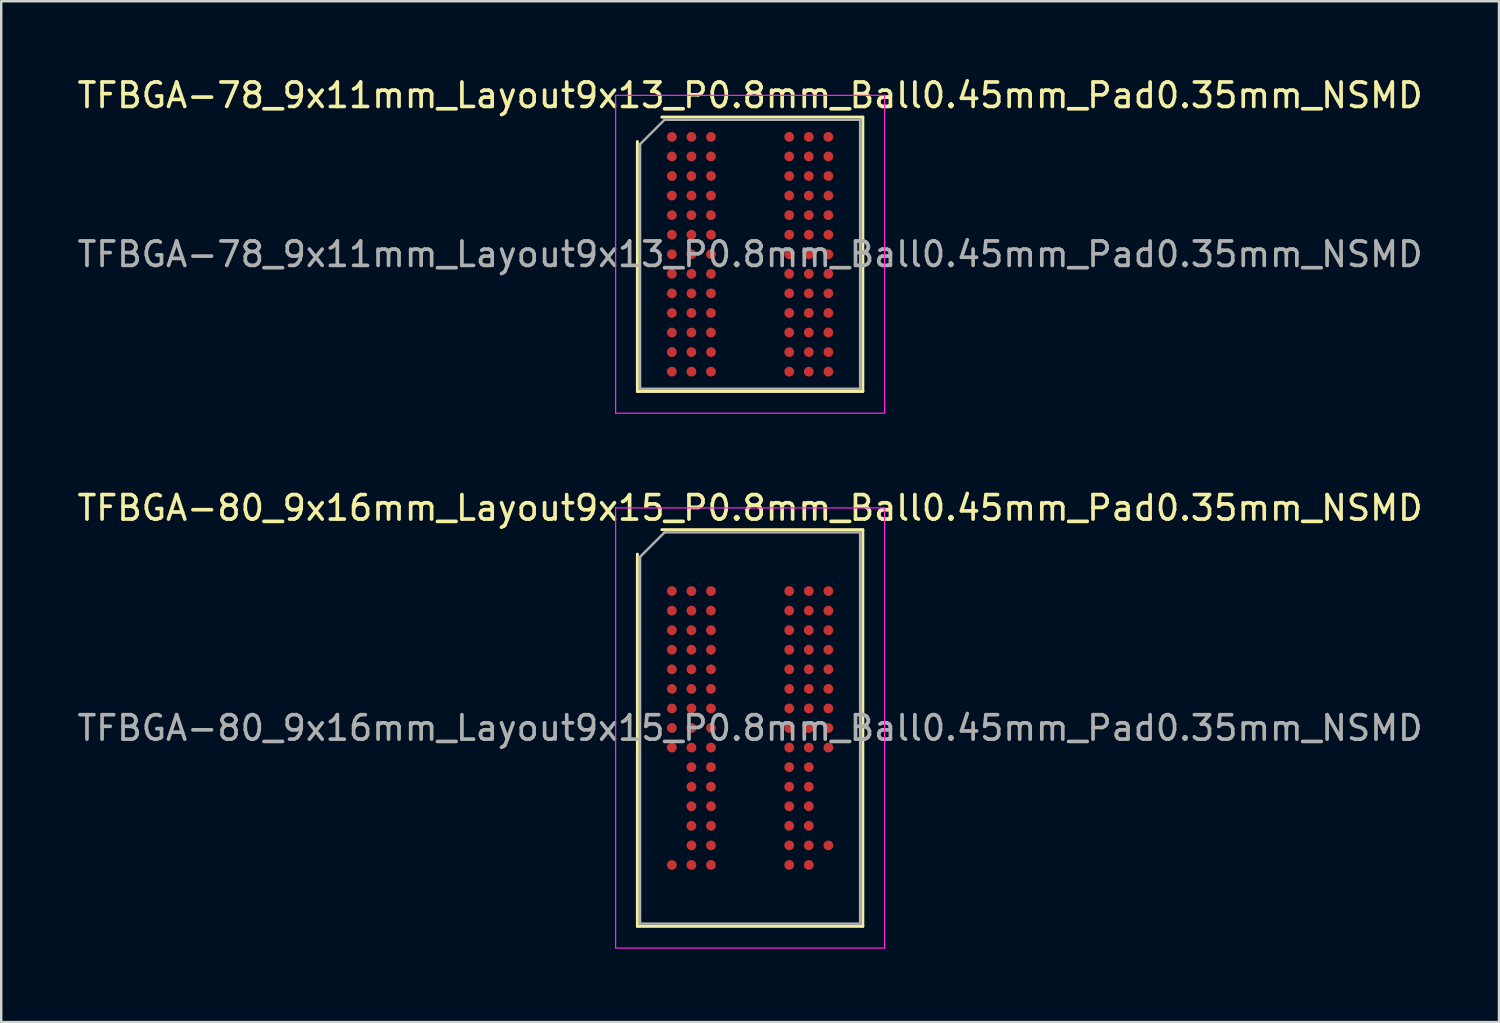
<source format=kicad_pcb>
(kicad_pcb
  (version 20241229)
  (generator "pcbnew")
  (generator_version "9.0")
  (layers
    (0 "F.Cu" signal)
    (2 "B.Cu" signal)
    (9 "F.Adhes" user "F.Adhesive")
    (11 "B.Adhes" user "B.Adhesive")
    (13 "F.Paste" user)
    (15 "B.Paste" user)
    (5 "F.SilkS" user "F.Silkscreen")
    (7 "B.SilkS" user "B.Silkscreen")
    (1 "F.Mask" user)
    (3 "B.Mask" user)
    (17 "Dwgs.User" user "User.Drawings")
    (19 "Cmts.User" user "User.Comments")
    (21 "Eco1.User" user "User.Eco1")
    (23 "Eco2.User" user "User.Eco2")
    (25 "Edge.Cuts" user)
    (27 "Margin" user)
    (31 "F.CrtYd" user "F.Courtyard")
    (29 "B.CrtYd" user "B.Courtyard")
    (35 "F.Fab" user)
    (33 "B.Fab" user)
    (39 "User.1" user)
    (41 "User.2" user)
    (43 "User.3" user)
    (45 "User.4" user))
  (footprint "TFBGA-78_9x11mm_Layout9x13_P0.8mm_Ball0.45mm_Pad0.35mm_NSMD"
    (layer "F.Cu")
    (at 27.625 7.348)
    (property "Reference" "TFBGA-78_9x11mm_Layout9x13_P0.8mm_Ball0.45mm_Pad0.35mm_NSMD" (at 0 -6.5 0) (layer "F.SilkS") (effects (font (size 1 1) (thickness 0.15))))
    (attr smd)
    (fp_line (start -4.61 5.61) (end -4.61 -4.61) (stroke (width 0.12) (type solid)) (layer "F.SilkS"))
    (fp_line (start -3.61 -5.61) (end 4.61 -5.61) (stroke (width 0.12) (type solid)) (layer "F.SilkS"))
    (fp_line (start 4.61 -5.61) (end 4.61 5.61) (stroke (width 0.12) (type solid)) (layer "F.SilkS"))
    (fp_line (start 4.61 5.61) (end -4.61 5.61) (stroke (width 0.12) (type solid)) (layer "F.SilkS"))
    (fp_line (start -5.5 -6.5) (end -5.5 6.5) (stroke (width 0.05) (type solid)) (layer "F.CrtYd"))
    (fp_line (start -5.5 6.5) (end 5.5 6.5) (stroke (width 0.05) (type solid)) (layer "F.CrtYd"))
    (fp_line (start 5.5 -6.5) (end -5.5 -6.5) (stroke (width 0.05) (type solid)) (layer "F.CrtYd"))
    (fp_line (start 5.5 6.5) (end 5.5 -6.5) (stroke (width 0.05) (type solid)) (layer "F.CrtYd"))
    (fp_line (start -4.5 -4.5) (end -3.5 -5.5) (stroke (width 0.1) (type solid)) (layer "F.Fab"))
    (fp_line (start -4.5 5.5) (end -4.5 -4.5) (stroke (width 0.1) (type solid)) (layer "F.Fab"))
    (fp_line (start -3.5 -5.5) (end 4.5 -5.5) (stroke (width 0.1) (type solid)) (layer "F.Fab"))
    (fp_line (start 4.5 -5.5) (end 4.5 5.5) (stroke (width 0.1) (type solid)) (layer "F.Fab"))
    (fp_line (start 4.5 5.5) (end -4.5 5.5) (stroke (width 0.1) (type solid)) (layer "F.Fab"))
    (fp_text user "${REFERENCE}" (at 0 0 0) (layer "F.Fab") (effects (font (size 1 1) (thickness 0.15))))
    (pad "A1" smd circle (at -3.2 -4.8) (size 0.4 0.4) (layers "F.Cu" "F.Mask" "F.Paste"))
    (pad "A2" smd circle (at -2.4 -4.8) (size 0.4 0.4) (layers "F.Cu" "F.Mask" "F.Paste"))
    (pad "A3" smd circle (at -1.6 -4.8) (size 0.4 0.4) (layers "F.Cu" "F.Mask" "F.Paste"))
    (pad "A7" smd circle (at 1.6 -4.8) (size 0.4 0.4) (layers "F.Cu" "F.Mask" "F.Paste"))
    (pad "A8" smd circle (at 2.4 -4.8) (size 0.4 0.4) (layers "F.Cu" "F.Mask" "F.Paste"))
    (pad "A9" smd circle (at 3.2 -4.8) (size 0.4 0.4) (layers "F.Cu" "F.Mask" "F.Paste"))
    (pad "B1" smd circle (at -3.2 -4) (size 0.4 0.4) (layers "F.Cu" "F.Mask" "F.Paste"))
    (pad "B2" smd circle (at -2.4 -4) (size 0.4 0.4) (layers "F.Cu" "F.Mask" "F.Paste"))
    (pad "B3" smd circle (at -1.6 -4) (size 0.4 0.4) (layers "F.Cu" "F.Mask" "F.Paste"))
    (pad "B7" smd circle (at 1.6 -4) (size 0.4 0.4) (layers "F.Cu" "F.Mask" "F.Paste"))
    (pad "B8" smd circle (at 2.4 -4) (size 0.4 0.4) (layers "F.Cu" "F.Mask" "F.Paste"))
    (pad "B9" smd circle (at 3.2 -4) (size 0.4 0.4) (layers "F.Cu" "F.Mask" "F.Paste"))
    (pad "C1" smd circle (at -3.2 -3.2) (size 0.4 0.4) (layers "F.Cu" "F.Mask" "F.Paste"))
    (pad "C2" smd circle (at -2.4 -3.2) (size 0.4 0.4) (layers "F.Cu" "F.Mask" "F.Paste"))
    (pad "C3" smd circle (at -1.6 -3.2) (size 0.4 0.4) (layers "F.Cu" "F.Mask" "F.Paste"))
    (pad "C7" smd circle (at 1.6 -3.2) (size 0.4 0.4) (layers "F.Cu" "F.Mask" "F.Paste"))
    (pad "C8" smd circle (at 2.4 -3.2) (size 0.4 0.4) (layers "F.Cu" "F.Mask" "F.Paste"))
    (pad "C9" smd circle (at 3.2 -3.2) (size 0.4 0.4) (layers "F.Cu" "F.Mask" "F.Paste"))
    (pad "D1" smd circle (at -3.2 -2.4) (size 0.4 0.4) (layers "F.Cu" "F.Mask" "F.Paste"))
    (pad "D2" smd circle (at -2.4 -2.4) (size 0.4 0.4) (layers "F.Cu" "F.Mask" "F.Paste"))
    (pad "D3" smd circle (at -1.6 -2.4) (size 0.4 0.4) (layers "F.Cu" "F.Mask" "F.Paste"))
    (pad "D7" smd circle (at 1.6 -2.4) (size 0.4 0.4) (layers "F.Cu" "F.Mask" "F.Paste"))
    (pad "D8" smd circle (at 2.4 -2.4) (size 0.4 0.4) (layers "F.Cu" "F.Mask" "F.Paste"))
    (pad "D9" smd circle (at 3.2 -2.4) (size 0.4 0.4) (layers "F.Cu" "F.Mask" "F.Paste"))
    (pad "E1" smd circle (at -3.2 -1.6) (size 0.4 0.4) (layers "F.Cu" "F.Mask" "F.Paste"))
    (pad "E2" smd circle (at -2.4 -1.6) (size 0.4 0.4) (layers "F.Cu" "F.Mask" "F.Paste"))
    (pad "E3" smd circle (at -1.6 -1.6) (size 0.4 0.4) (layers "F.Cu" "F.Mask" "F.Paste"))
    (pad "E7" smd circle (at 1.6 -1.6) (size 0.4 0.4) (layers "F.Cu" "F.Mask" "F.Paste"))
    (pad "E8" smd circle (at 2.4 -1.6) (size 0.4 0.4) (layers "F.Cu" "F.Mask" "F.Paste"))
    (pad "E9" smd circle (at 3.2 -1.6) (size 0.4 0.4) (layers "F.Cu" "F.Mask" "F.Paste"))
    (pad "F1" smd circle (at -3.2 -0.8) (size 0.4 0.4) (layers "F.Cu" "F.Mask" "F.Paste"))
    (pad "F2" smd circle (at -2.4 -0.8) (size 0.4 0.4) (layers "F.Cu" "F.Mask" "F.Paste"))
    (pad "F3" smd circle (at -1.6 -0.8) (size 0.4 0.4) (layers "F.Cu" "F.Mask" "F.Paste"))
    (pad "F7" smd circle (at 1.6 -0.8) (size 0.4 0.4) (layers "F.Cu" "F.Mask" "F.Paste"))
    (pad "F8" smd circle (at 2.4 -0.8) (size 0.4 0.4) (layers "F.Cu" "F.Mask" "F.Paste"))
    (pad "F9" smd circle (at 3.2 -0.8) (size 0.4 0.4) (layers "F.Cu" "F.Mask" "F.Paste"))
    (pad "G1" smd circle (at -3.2 0) (size 0.4 0.4) (layers "F.Cu" "F.Mask" "F.Paste"))
    (pad "G2" smd circle (at -2.4 0) (size 0.4 0.4) (layers "F.Cu" "F.Mask" "F.Paste"))
    (pad "G3" smd circle (at -1.6 0) (size 0.4 0.4) (layers "F.Cu" "F.Mask" "F.Paste"))
    (pad "G7" smd circle (at 1.6 0) (size 0.4 0.4) (layers "F.Cu" "F.Mask" "F.Paste"))
    (pad "G8" smd circle (at 2.4 0) (size 0.4 0.4) (layers "F.Cu" "F.Mask" "F.Paste"))
    (pad "G9" smd circle (at 3.2 0) (size 0.4 0.4) (layers "F.Cu" "F.Mask" "F.Paste"))
    (pad "H1" smd circle (at -3.2 0.8) (size 0.4 0.4) (layers "F.Cu" "F.Mask" "F.Paste"))
    (pad "H2" smd circle (at -2.4 0.8) (size 0.4 0.4) (layers "F.Cu" "F.Mask" "F.Paste"))
    (pad "H3" smd circle (at -1.6 0.8) (size 0.4 0.4) (layers "F.Cu" "F.Mask" "F.Paste"))
    (pad "H7" smd circle (at 1.6 0.8) (size 0.4 0.4) (layers "F.Cu" "F.Mask" "F.Paste"))
    (pad "H8" smd circle (at 2.4 0.8) (size 0.4 0.4) (layers "F.Cu" "F.Mask" "F.Paste"))
    (pad "H9" smd circle (at 3.2 0.8) (size 0.4 0.4) (layers "F.Cu" "F.Mask" "F.Paste"))
    (pad "J1" smd circle (at -3.2 1.6) (size 0.4 0.4) (layers "F.Cu" "F.Mask" "F.Paste"))
    (pad "J2" smd circle (at -2.4 1.6) (size 0.4 0.4) (layers "F.Cu" "F.Mask" "F.Paste"))
    (pad "J3" smd circle (at -1.6 1.6) (size 0.4 0.4) (layers "F.Cu" "F.Mask" "F.Paste"))
    (pad "J7" smd circle (at 1.6 1.6) (size 0.4 0.4) (layers "F.Cu" "F.Mask" "F.Paste"))
    (pad "J8" smd circle (at 2.4 1.6) (size 0.4 0.4) (layers "F.Cu" "F.Mask" "F.Paste"))
    (pad "J9" smd circle (at 3.2 1.6) (size 0.4 0.4) (layers "F.Cu" "F.Mask" "F.Paste"))
    (pad "K1" smd circle (at -3.2 2.4) (size 0.4 0.4) (layers "F.Cu" "F.Mask" "F.Paste"))
    (pad "K2" smd circle (at -2.4 2.4) (size 0.4 0.4) (layers "F.Cu" "F.Mask" "F.Paste"))
    (pad "K3" smd circle (at -1.6 2.4) (size 0.4 0.4) (layers "F.Cu" "F.Mask" "F.Paste"))
    (pad "K7" smd circle (at 1.6 2.4) (size 0.4 0.4) (layers "F.Cu" "F.Mask" "F.Paste"))
    (pad "K8" smd circle (at 2.4 2.4) (size 0.4 0.4) (layers "F.Cu" "F.Mask" "F.Paste"))
    (pad "K9" smd circle (at 3.2 2.4) (size 0.4 0.4) (layers "F.Cu" "F.Mask" "F.Paste"))
    (pad "L1" smd circle (at -3.2 3.2) (size 0.4 0.4) (layers "F.Cu" "F.Mask" "F.Paste"))
    (pad "L2" smd circle (at -2.4 3.2) (size 0.4 0.4) (layers "F.Cu" "F.Mask" "F.Paste"))
    (pad "L3" smd circle (at -1.6 3.2) (size 0.4 0.4) (layers "F.Cu" "F.Mask" "F.Paste"))
    (pad "L7" smd circle (at 1.6 3.2) (size 0.4 0.4) (layers "F.Cu" "F.Mask" "F.Paste"))
    (pad "L8" smd circle (at 2.4 3.2) (size 0.4 0.4) (layers "F.Cu" "F.Mask" "F.Paste"))
    (pad "L9" smd circle (at 3.2 3.2) (size 0.4 0.4) (layers "F.Cu" "F.Mask" "F.Paste"))
    (pad "M1" smd circle (at -3.2 4) (size 0.4 0.4) (layers "F.Cu" "F.Mask" "F.Paste"))
    (pad "M2" smd circle (at -2.4 4) (size 0.4 0.4) (layers "F.Cu" "F.Mask" "F.Paste"))
    (pad "M3" smd circle (at -1.6 4) (size 0.4 0.4) (layers "F.Cu" "F.Mask" "F.Paste"))
    (pad "M7" smd circle (at 1.6 4) (size 0.4 0.4) (layers "F.Cu" "F.Mask" "F.Paste"))
    (pad "M8" smd circle (at 2.4 4) (size 0.4 0.4) (layers "F.Cu" "F.Mask" "F.Paste"))
    (pad "M9" smd circle (at 3.2 4) (size 0.4 0.4) (layers "F.Cu" "F.Mask" "F.Paste"))
    (pad "N1" smd circle (at -3.2 4.8) (size 0.4 0.4) (layers "F.Cu" "F.Mask" "F.Paste"))
    (pad "N2" smd circle (at -2.4 4.8) (size 0.4 0.4) (layers "F.Cu" "F.Mask" "F.Paste"))
    (pad "N3" smd circle (at -1.6 4.8) (size 0.4 0.4) (layers "F.Cu" "F.Mask" "F.Paste"))
    (pad "N7" smd circle (at 1.6 4.8) (size 0.4 0.4) (layers "F.Cu" "F.Mask" "F.Paste"))
    (pad "N8" smd circle (at 2.4 4.8) (size 0.4 0.4) (layers "F.Cu" "F.Mask" "F.Paste"))
    (pad "N9" smd circle (at 3.2 4.8) (size 0.4 0.4) (layers "F.Cu" "F.Mask" "F.Paste")))
  (footprint "TFBGA-80_9x16mm_Layout9x15_P0.8mm_Ball0.45mm_Pad0.35mm_NSMD"
    (layer "F.Cu")
    (at 27.625 26.721)
    (property "Reference" "TFBGA-80_9x16mm_Layout9x15_P0.8mm_Ball0.45mm_Pad0.35mm_NSMD" (at 0 -9 0) (layer "F.SilkS") (effects (font (size 1 1) (thickness 0.15))))
    (attr smd)
    (fp_line (start -4.61 8.11) (end -4.61 -7.11) (stroke (width 0.12) (type solid)) (layer "F.SilkS"))
    (fp_line (start -3.61 -8.11) (end 4.61 -8.11) (stroke (width 0.12) (type solid)) (layer "F.SilkS"))
    (fp_line (start 4.61 -8.11) (end 4.61 8.11) (stroke (width 0.12) (type solid)) (layer "F.SilkS"))
    (fp_line (start 4.61 8.11) (end -4.61 8.11) (stroke (width 0.12) (type solid)) (layer "F.SilkS"))
    (fp_line (start -5.5 -9) (end -5.5 9) (stroke (width 0.05) (type solid)) (layer "F.CrtYd"))
    (fp_line (start -5.5 9) (end 5.5 9) (stroke (width 0.05) (type solid)) (layer "F.CrtYd"))
    (fp_line (start 5.5 -9) (end -5.5 -9) (stroke (width 0.05) (type solid)) (layer "F.CrtYd"))
    (fp_line (start 5.5 9) (end 5.5 -9) (stroke (width 0.05) (type solid)) (layer "F.CrtYd"))
    (fp_line (start -4.5 -7) (end -3.5 -8) (stroke (width 0.1) (type solid)) (layer "F.Fab"))
    (fp_line (start -4.5 8) (end -4.5 -7) (stroke (width 0.1) (type solid)) (layer "F.Fab"))
    (fp_line (start -3.5 -8) (end 4.5 -8) (stroke (width 0.1) (type solid)) (layer "F.Fab"))
    (fp_line (start 4.5 -8) (end 4.5 8) (stroke (width 0.1) (type solid)) (layer "F.Fab"))
    (fp_line (start 4.5 8) (end -4.5 8) (stroke (width 0.1) (type solid)) (layer "F.Fab"))
    (fp_text user "${REFERENCE}" (at 0 0 0) (layer "F.Fab") (effects (font (size 1 1) (thickness 0.15))))
    (pad "A1" smd circle (at -3.2 -5.6) (size 0.4 0.4) (layers "F.Cu" "F.Mask" "F.Paste"))
    (pad "A2" smd circle (at -2.4 -5.6) (size 0.4 0.4) (layers "F.Cu" "F.Mask" "F.Paste"))
    (pad "A3" smd circle (at -1.6 -5.6) (size 0.4 0.4) (layers "F.Cu" "F.Mask" "F.Paste"))
    (pad "A7" smd circle (at 1.6 -5.6) (size 0.4 0.4) (layers "F.Cu" "F.Mask" "F.Paste"))
    (pad "A8" smd circle (at 2.4 -5.6) (size 0.4 0.4) (layers "F.Cu" "F.Mask" "F.Paste"))
    (pad "A9" smd circle (at 3.2 -5.6) (size 0.4 0.4) (layers "F.Cu" "F.Mask" "F.Paste"))
    (pad "B1" smd circle (at -3.2 -4.8) (size 0.4 0.4) (layers "F.Cu" "F.Mask" "F.Paste"))
    (pad "B2" smd circle (at -2.4 -4.8) (size 0.4 0.4) (layers "F.Cu" "F.Mask" "F.Paste"))
    (pad "B3" smd circle (at -1.6 -4.8) (size 0.4 0.4) (layers "F.Cu" "F.Mask" "F.Paste"))
    (pad "B7" smd circle (at 1.6 -4.8) (size 0.4 0.4) (layers "F.Cu" "F.Mask" "F.Paste"))
    (pad "B8" smd circle (at 2.4 -4.8) (size 0.4 0.4) (layers "F.Cu" "F.Mask" "F.Paste"))
    (pad "B9" smd circle (at 3.2 -4.8) (size 0.4 0.4) (layers "F.Cu" "F.Mask" "F.Paste"))
    (pad "C1" smd circle (at -3.2 -4) (size 0.4 0.4) (layers "F.Cu" "F.Mask" "F.Paste"))
    (pad "C2" smd circle (at -2.4 -4) (size 0.4 0.4) (layers "F.Cu" "F.Mask" "F.Paste"))
    (pad "C3" smd circle (at -1.6 -4) (size 0.4 0.4) (layers "F.Cu" "F.Mask" "F.Paste"))
    (pad "C7" smd circle (at 1.6 -4) (size 0.4 0.4) (layers "F.Cu" "F.Mask" "F.Paste"))
    (pad "C8" smd circle (at 2.4 -4) (size 0.4 0.4) (layers "F.Cu" "F.Mask" "F.Paste"))
    (pad "C9" smd circle (at 3.2 -4) (size 0.4 0.4) (layers "F.Cu" "F.Mask" "F.Paste"))
    (pad "D1" smd circle (at -3.2 -3.2) (size 0.4 0.4) (layers "F.Cu" "F.Mask" "F.Paste"))
    (pad "D2" smd circle (at -2.4 -3.2) (size 0.4 0.4) (layers "F.Cu" "F.Mask" "F.Paste"))
    (pad "D3" smd circle (at -1.6 -3.2) (size 0.4 0.4) (layers "F.Cu" "F.Mask" "F.Paste"))
    (pad "D7" smd circle (at 1.6 -3.2) (size 0.4 0.4) (layers "F.Cu" "F.Mask" "F.Paste"))
    (pad "D8" smd circle (at 2.4 -3.2) (size 0.4 0.4) (layers "F.Cu" "F.Mask" "F.Paste"))
    (pad "D9" smd circle (at 3.2 -3.2) (size 0.4 0.4) (layers "F.Cu" "F.Mask" "F.Paste"))
    (pad "E1" smd circle (at -3.2 -2.4) (size 0.4 0.4) (layers "F.Cu" "F.Mask" "F.Paste"))
    (pad "E2" smd circle (at -2.4 -2.4) (size 0.4 0.4) (layers "F.Cu" "F.Mask" "F.Paste"))
    (pad "E3" smd circle (at -1.6 -2.4) (size 0.4 0.4) (layers "F.Cu" "F.Mask" "F.Paste"))
    (pad "E7" smd circle (at 1.6 -2.4) (size 0.4 0.4) (layers "F.Cu" "F.Mask" "F.Paste"))
    (pad "E8" smd circle (at 2.4 -2.4) (size 0.4 0.4) (layers "F.Cu" "F.Mask" "F.Paste"))
    (pad "E9" smd circle (at 3.2 -2.4) (size 0.4 0.4) (layers "F.Cu" "F.Mask" "F.Paste"))
    (pad "F1" smd circle (at -3.2 -1.6) (size 0.4 0.4) (layers "F.Cu" "F.Mask" "F.Paste"))
    (pad "F2" smd circle (at -2.4 -1.6) (size 0.4 0.4) (layers "F.Cu" "F.Mask" "F.Paste"))
    (pad "F3" smd circle (at -1.6 -1.6) (size 0.4 0.4) (layers "F.Cu" "F.Mask" "F.Paste"))
    (pad "F7" smd circle (at 1.6 -1.6) (size 0.4 0.4) (layers "F.Cu" "F.Mask" "F.Paste"))
    (pad "F8" smd circle (at 2.4 -1.6) (size 0.4 0.4) (layers "F.Cu" "F.Mask" "F.Paste"))
    (pad "F9" smd circle (at 3.2 -1.6) (size 0.4 0.4) (layers "F.Cu" "F.Mask" "F.Paste"))
    (pad "G1" smd circle (at -3.2 -0.8) (size 0.4 0.4) (layers "F.Cu" "F.Mask" "F.Paste"))
    (pad "G2" smd circle (at -2.4 -0.8) (size 0.4 0.4) (layers "F.Cu" "F.Mask" "F.Paste"))
    (pad "G3" smd circle (at -1.6 -0.8) (size 0.4 0.4) (layers "F.Cu" "F.Mask" "F.Paste"))
    (pad "G7" smd circle (at 1.6 -0.8) (size 0.4 0.4) (layers "F.Cu" "F.Mask" "F.Paste"))
    (pad "G8" smd circle (at 2.4 -0.8) (size 0.4 0.4) (layers "F.Cu" "F.Mask" "F.Paste"))
    (pad "G9" smd circle (at 3.2 -0.8) (size 0.4 0.4) (layers "F.Cu" "F.Mask" "F.Paste"))
    (pad "H1" smd circle (at -3.2 0) (size 0.4 0.4) (layers "F.Cu" "F.Mask" "F.Paste"))
    (pad "H2" smd circle (at -2.4 0) (size 0.4 0.4) (layers "F.Cu" "F.Mask" "F.Paste"))
    (pad "H3" smd circle (at -1.6 0) (size 0.4 0.4) (layers "F.Cu" "F.Mask" "F.Paste"))
    (pad "H7" smd circle (at 1.6 0) (size 0.4 0.4) (layers "F.Cu" "F.Mask" "F.Paste"))
    (pad "H8" smd circle (at 2.4 0) (size 0.4 0.4) (layers "F.Cu" "F.Mask" "F.Paste"))
    (pad "H9" smd circle (at 3.2 0) (size 0.4 0.4) (layers "F.Cu" "F.Mask" "F.Paste"))
    (pad "J1" smd circle (at -3.2 0.8) (size 0.4 0.4) (layers "F.Cu" "F.Mask" "F.Paste"))
    (pad "J2" smd circle (at -2.4 0.8) (size 0.4 0.4) (layers "F.Cu" "F.Mask" "F.Paste"))
    (pad "J3" smd circle (at -1.6 0.8) (size 0.4 0.4) (layers "F.Cu" "F.Mask" "F.Paste"))
    (pad "J7" smd circle (at 1.6 0.8) (size 0.4 0.4) (layers "F.Cu" "F.Mask" "F.Paste"))
    (pad "J8" smd circle (at 2.4 0.8) (size 0.4 0.4) (layers "F.Cu" "F.Mask" "F.Paste"))
    (pad "J9" smd circle (at 3.2 0.8) (size 0.4 0.4) (layers "F.Cu" "F.Mask" "F.Paste"))
    (pad "K2" smd circle (at -2.4 1.6) (size 0.4 0.4) (layers "F.Cu" "F.Mask" "F.Paste"))
    (pad "K3" smd circle (at -1.6 1.6) (size 0.4 0.4) (layers "F.Cu" "F.Mask" "F.Paste"))
    (pad "K7" smd circle (at 1.6 1.6) (size 0.4 0.4) (layers "F.Cu" "F.Mask" "F.Paste"))
    (pad "K8" smd circle (at 2.4 1.6) (size 0.4 0.4) (layers "F.Cu" "F.Mask" "F.Paste"))
    (pad "L2" smd circle (at -2.4 2.4) (size 0.4 0.4) (layers "F.Cu" "F.Mask" "F.Paste"))
    (pad "L3" smd circle (at -1.6 2.4) (size 0.4 0.4) (layers "F.Cu" "F.Mask" "F.Paste"))
    (pad "L7" smd circle (at 1.6 2.4) (size 0.4 0.4) (layers "F.Cu" "F.Mask" "F.Paste"))
    (pad "L8" smd circle (at 2.4 2.4) (size 0.4 0.4) (layers "F.Cu" "F.Mask" "F.Paste"))
    (pad "M2" smd circle (at -2.4 3.2) (size 0.4 0.4) (layers "F.Cu" "F.Mask" "F.Paste"))
    (pad "M3" smd circle (at -1.6 3.2) (size 0.4 0.4) (layers "F.Cu" "F.Mask" "F.Paste"))
    (pad "M7" smd circle (at 1.6 3.2) (size 0.4 0.4) (layers "F.Cu" "F.Mask" "F.Paste"))
    (pad "M8" smd circle (at 2.4 3.2) (size 0.4 0.4) (layers "F.Cu" "F.Mask" "F.Paste"))
    (pad "N2" smd circle (at -2.4 4) (size 0.4 0.4) (layers "F.Cu" "F.Mask" "F.Paste"))
    (pad "N3" smd circle (at -1.6 4) (size 0.4 0.4) (layers "F.Cu" "F.Mask" "F.Paste"))
    (pad "N7" smd circle (at 1.6 4) (size 0.4 0.4) (layers "F.Cu" "F.Mask" "F.Paste"))
    (pad "N8" smd circle (at 2.4 4) (size 0.4 0.4) (layers "F.Cu" "F.Mask" "F.Paste"))
    (pad "P2" smd circle (at -2.4 4.8) (size 0.4 0.4) (layers "F.Cu" "F.Mask" "F.Paste"))
    (pad "P3" smd circle (at -1.6 4.8) (size 0.4 0.4) (layers "F.Cu" "F.Mask" "F.Paste"))
    (pad "P7" smd circle (at 1.6 4.8) (size 0.4 0.4) (layers "F.Cu" "F.Mask" "F.Paste"))
    (pad "P8" smd circle (at 2.4 4.8) (size 0.4 0.4) (layers "F.Cu" "F.Mask" "F.Paste"))
    (pad "P9" smd circle (at 3.2 4.8) (size 0.4 0.4) (layers "F.Cu" "F.Mask" "F.Paste"))
    (pad "R1" smd circle (at -3.2 5.6) (size 0.4 0.4) (layers "F.Cu" "F.Mask" "F.Paste"))
    (pad "R2" smd circle (at -2.4 5.6) (size 0.4 0.4) (layers "F.Cu" "F.Mask" "F.Paste"))
    (pad "R3" smd circle (at -1.6 5.6) (size 0.4 0.4) (layers "F.Cu" "F.Mask" "F.Paste"))
    (pad "R7" smd circle (at 1.6 5.6) (size 0.4 0.4) (layers "F.Cu" "F.Mask" "F.Paste"))
    (pad "R8" smd circle (at 2.4 5.6) (size 0.4 0.4) (layers "F.Cu" "F.Mask" "F.Paste")))
  (gr_rect
    (start -3 -3)
    (end 58.25 38.746)
    (stroke (width 0.1) (type default))
    (fill no)
    (layer "Edge.Cuts")))
</source>
